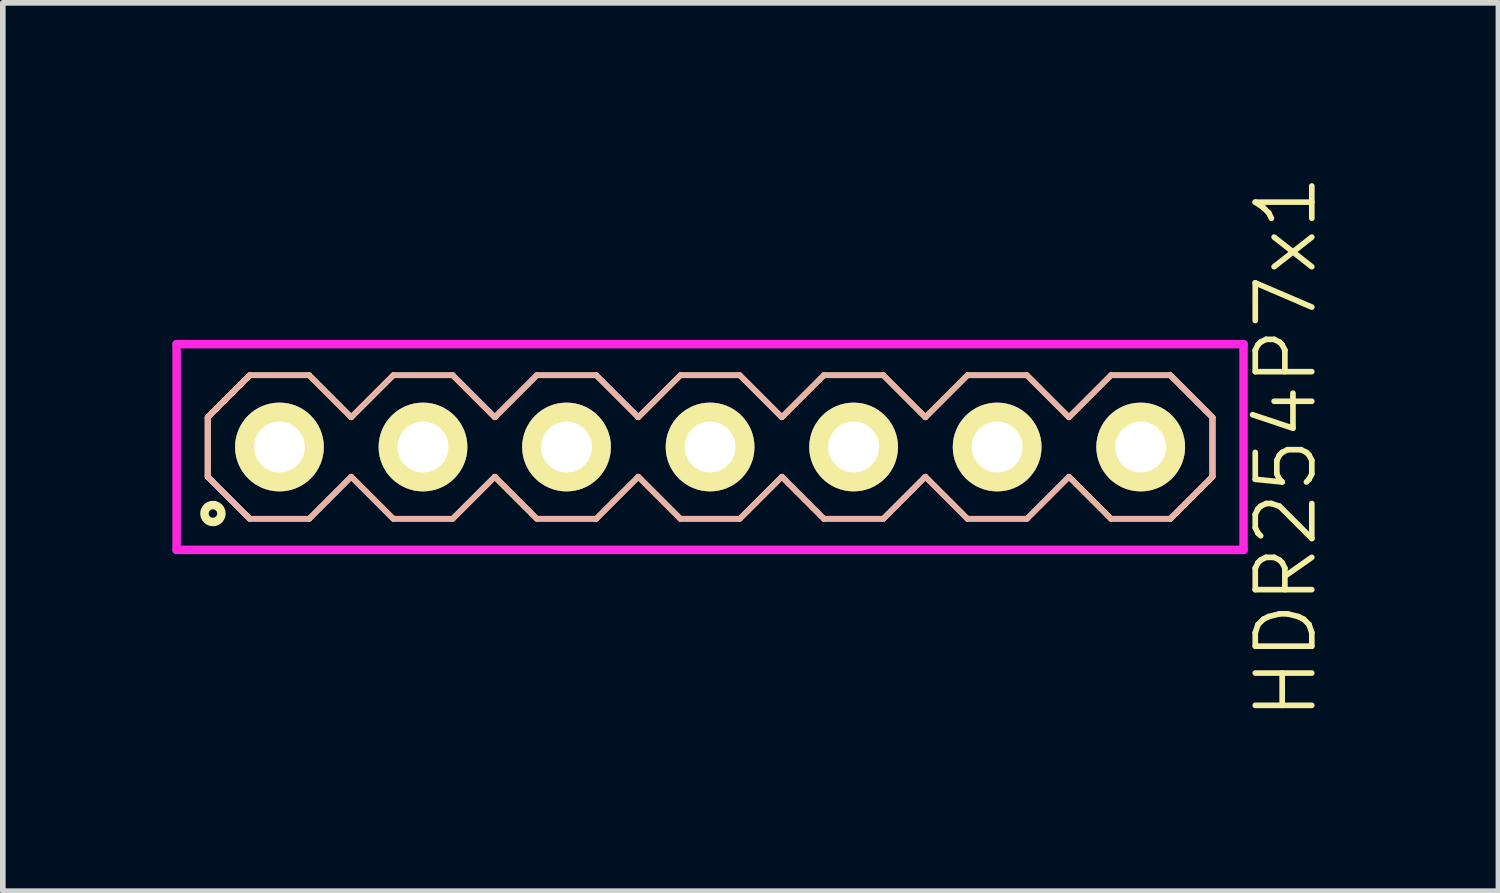
<source format=kicad_pcb>
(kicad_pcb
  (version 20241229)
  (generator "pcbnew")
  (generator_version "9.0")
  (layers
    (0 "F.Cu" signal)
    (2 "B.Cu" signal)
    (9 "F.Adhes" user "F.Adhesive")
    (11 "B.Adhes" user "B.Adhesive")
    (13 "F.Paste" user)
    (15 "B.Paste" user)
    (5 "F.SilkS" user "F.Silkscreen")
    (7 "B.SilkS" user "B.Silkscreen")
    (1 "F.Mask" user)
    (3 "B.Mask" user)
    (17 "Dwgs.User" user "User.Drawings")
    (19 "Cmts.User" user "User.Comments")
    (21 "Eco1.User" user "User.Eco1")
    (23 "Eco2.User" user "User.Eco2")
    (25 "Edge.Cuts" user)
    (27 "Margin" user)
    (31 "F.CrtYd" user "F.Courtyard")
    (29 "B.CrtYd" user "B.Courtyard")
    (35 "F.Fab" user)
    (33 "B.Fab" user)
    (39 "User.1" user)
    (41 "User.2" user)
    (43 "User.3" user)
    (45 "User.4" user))
  (footprint "HDR254P7x1"
    (layer "F.Cu")
    (at 9.515 4.86)
    (property "Reference" "HDR254P7x1" (at 10.19 0 90) (layer "F.SilkS") (effects (font (size 1 1) (thickness 0.1))))
    (attr through_hole)
    (fp_line (start -8.89 -0.526) (end -8.146 -1.27) (stroke (width 0.1) (type solid)) (layer "F.SilkS"))
    (fp_line (start -8.89 -0.526) (end -8.146 -1.27) (stroke (width 0.1) (type solid)) (layer "F.SilkS"))
    (fp_line (start -8.89 0.526) (end -8.89 -0.526) (stroke (width 0.1) (type solid)) (layer "F.SilkS"))
    (fp_line (start -8.89 0.526) (end -8.89 -0.526) (stroke (width 0.1) (type solid)) (layer "F.SilkS"))
    (fp_line (start -8.146 -1.27) (end -7.094 -1.27) (stroke (width 0.1) (type solid)) (layer "F.SilkS"))
    (fp_line (start -8.146 1.27) (end -8.89 0.526) (stroke (width 0.1) (type solid)) (layer "F.SilkS"))
    (fp_line (start -8.146 1.27) (end -8.89 0.526) (stroke (width 0.1) (type solid)) (layer "F.SilkS"))
    (fp_line (start -7.094 -1.27) (end -6.35 -0.526) (stroke (width 0.1) (type solid)) (layer "F.SilkS"))
    (fp_line (start -7.094 1.27) (end -8.146 1.27) (stroke (width 0.1) (type solid)) (layer "F.SilkS"))
    (fp_line (start -6.35 -0.526) (end -5.606 -1.27) (stroke (width 0.1) (type solid)) (layer "F.SilkS"))
    (fp_line (start -6.35 0.526) (end -7.094 1.27) (stroke (width 0.1) (type solid)) (layer "F.SilkS"))
    (fp_line (start -5.606 -1.27) (end -4.554 -1.27) (stroke (width 0.1) (type solid)) (layer "F.SilkS"))
    (fp_line (start -5.606 1.27) (end -6.35 0.526) (stroke (width 0.1) (type solid)) (layer "F.SilkS"))
    (fp_line (start -4.554 -1.27) (end -3.81 -0.526) (stroke (width 0.1) (type solid)) (layer "F.SilkS"))
    (fp_line (start -4.554 1.27) (end -5.606 1.27) (stroke (width 0.1) (type solid)) (layer "F.SilkS"))
    (fp_line (start -3.81 -0.526) (end -3.066 -1.27) (stroke (width 0.1) (type solid)) (layer "F.SilkS"))
    (fp_line (start -3.81 0.526) (end -4.554 1.27) (stroke (width 0.1) (type solid)) (layer "F.SilkS"))
    (fp_line (start -3.066 -1.27) (end -2.014 -1.27) (stroke (width 0.1) (type solid)) (layer "F.SilkS"))
    (fp_line (start -3.066 1.27) (end -3.81 0.526) (stroke (width 0.1) (type solid)) (layer "F.SilkS"))
    (fp_line (start -2.014 -1.27) (end -1.27 -0.526) (stroke (width 0.1) (type solid)) (layer "F.SilkS"))
    (fp_line (start -2.014 1.27) (end -3.066 1.27) (stroke (width 0.1) (type solid)) (layer "F.SilkS"))
    (fp_line (start -1.27 -0.526) (end -0.526 -1.27) (stroke (width 0.1) (type solid)) (layer "F.SilkS"))
    (fp_line (start -1.27 0.526) (end -2.014 1.27) (stroke (width 0.1) (type solid)) (layer "F.SilkS"))
    (fp_line (start -0.526 -1.27) (end 0.526 -1.27) (stroke (width 0.1) (type solid)) (layer "F.SilkS"))
    (fp_line (start -0.526 1.27) (end -1.27 0.526) (stroke (width 0.1) (type solid)) (layer "F.SilkS"))
    (fp_line (start 0.526 -1.27) (end 1.27 -0.526) (stroke (width 0.1) (type solid)) (layer "F.SilkS"))
    (fp_line (start 0.526 1.27) (end -0.526 1.27) (stroke (width 0.1) (type solid)) (layer "F.SilkS"))
    (fp_line (start 1.27 -0.526) (end 2.014 -1.27) (stroke (width 0.1) (type solid)) (layer "F.SilkS"))
    (fp_line (start 1.27 0.526) (end 0.526 1.27) (stroke (width 0.1) (type solid)) (layer "F.SilkS"))
    (fp_line (start 2.014 -1.27) (end 3.066 -1.27) (stroke (width 0.1) (type solid)) (layer "F.SilkS"))
    (fp_line (start 2.014 1.27) (end 1.27 0.526) (stroke (width 0.1) (type solid)) (layer "F.SilkS"))
    (fp_line (start 3.066 -1.27) (end 3.81 -0.526) (stroke (width 0.1) (type solid)) (layer "F.SilkS"))
    (fp_line (start 3.066 1.27) (end 2.014 1.27) (stroke (width 0.1) (type solid)) (layer "F.SilkS"))
    (fp_line (start 3.81 -0.526) (end 4.554 -1.27) (stroke (width 0.1) (type solid)) (layer "F.SilkS"))
    (fp_line (start 3.81 0.526) (end 3.066 1.27) (stroke (width 0.1) (type solid)) (layer "F.SilkS"))
    (fp_line (start 4.554 -1.27) (end 5.606 -1.27) (stroke (width 0.1) (type solid)) (layer "F.SilkS"))
    (fp_line (start 4.554 1.27) (end 3.81 0.526) (stroke (width 0.1) (type solid)) (layer "F.SilkS"))
    (fp_line (start 5.606 -1.27) (end 6.35 -0.526) (stroke (width 0.1) (type solid)) (layer "F.SilkS"))
    (fp_line (start 5.606 1.27) (end 4.554 1.27) (stroke (width 0.1) (type solid)) (layer "F.SilkS"))
    (fp_line (start 6.35 -0.526) (end 7.094 -1.27) (stroke (width 0.1) (type solid)) (layer "F.SilkS"))
    (fp_line (start 6.35 0.526) (end 5.606 1.27) (stroke (width 0.1) (type solid)) (layer "F.SilkS"))
    (fp_line (start 7.094 -1.27) (end 8.146 -1.27) (stroke (width 0.1) (type solid)) (layer "F.SilkS"))
    (fp_line (start 7.094 1.27) (end 6.35 0.526) (stroke (width 0.1) (type solid)) (layer "F.SilkS"))
    (fp_line (start 8.146 -1.27) (end 8.89 -0.526) (stroke (width 0.1) (type solid)) (layer "F.SilkS"))
    (fp_line (start 8.146 -1.27) (end 8.89 -0.526) (stroke (width 0.1) (type solid)) (layer "F.SilkS"))
    (fp_line (start 8.146 1.27) (end 7.094 1.27) (stroke (width 0.1) (type solid)) (layer "F.SilkS"))
    (fp_line (start 8.89 -0.526) (end 8.89 0.526) (stroke (width 0.1) (type solid)) (layer "F.SilkS"))
    (fp_line (start 8.89 -0.526) (end 8.89 0.526) (stroke (width 0.1) (type solid)) (layer "F.SilkS"))
    (fp_line (start 8.89 0.526) (end 8.146 1.27) (stroke (width 0.1) (type solid)) (layer "F.SilkS"))
    (fp_line (start 8.89 0.526) (end 8.146 1.27) (stroke (width 0.1) (type solid)) (layer "F.SilkS"))
    (fp_circle (center -8.797 1.177) (end -8.647 1.177) (stroke (width 0.15) (type solid)) (fill no) (layer "F.SilkS"))
    (fp_line (start -8.89 -0.526) (end -8.146 -1.27) (stroke (width 0.1) (type solid)) (layer "B.SilkS"))
    (fp_line (start -8.89 -0.526) (end -8.146 -1.27) (stroke (width 0.1) (type solid)) (layer "B.SilkS"))
    (fp_line (start -8.89 0.526) (end -8.89 -0.526) (stroke (width 0.1) (type solid)) (layer "B.SilkS"))
    (fp_line (start -8.89 0.526) (end -8.89 -0.526) (stroke (width 0.1) (type solid)) (layer "B.SilkS"))
    (fp_line (start -8.146 -1.27) (end -7.094 -1.27) (stroke (width 0.1) (type solid)) (layer "B.SilkS"))
    (fp_line (start -8.146 1.27) (end -8.89 0.526) (stroke (width 0.1) (type solid)) (layer "B.SilkS"))
    (fp_line (start -8.146 1.27) (end -8.89 0.526) (stroke (width 0.1) (type solid)) (layer "B.SilkS"))
    (fp_line (start -7.094 -1.27) (end -6.35 -0.526) (stroke (width 0.1) (type solid)) (layer "B.SilkS"))
    (fp_line (start -7.094 1.27) (end -8.146 1.27) (stroke (width 0.1) (type solid)) (layer "B.SilkS"))
    (fp_line (start -6.35 -0.526) (end -5.606 -1.27) (stroke (width 0.1) (type solid)) (layer "B.SilkS"))
    (fp_line (start -6.35 0.526) (end -7.094 1.27) (stroke (width 0.1) (type solid)) (layer "B.SilkS"))
    (fp_line (start -5.606 -1.27) (end -4.554 -1.27) (stroke (width 0.1) (type solid)) (layer "B.SilkS"))
    (fp_line (start -5.606 1.27) (end -6.35 0.526) (stroke (width 0.1) (type solid)) (layer "B.SilkS"))
    (fp_line (start -4.554 -1.27) (end -3.81 -0.526) (stroke (width 0.1) (type solid)) (layer "B.SilkS"))
    (fp_line (start -4.554 1.27) (end -5.606 1.27) (stroke (width 0.1) (type solid)) (layer "B.SilkS"))
    (fp_line (start -3.81 -0.526) (end -3.066 -1.27) (stroke (width 0.1) (type solid)) (layer "B.SilkS"))
    (fp_line (start -3.81 0.526) (end -4.554 1.27) (stroke (width 0.1) (type solid)) (layer "B.SilkS"))
    (fp_line (start -3.066 -1.27) (end -2.014 -1.27) (stroke (width 0.1) (type solid)) (layer "B.SilkS"))
    (fp_line (start -3.066 1.27) (end -3.81 0.526) (stroke (width 0.1) (type solid)) (layer "B.SilkS"))
    (fp_line (start -2.014 -1.27) (end -1.27 -0.526) (stroke (width 0.1) (type solid)) (layer "B.SilkS"))
    (fp_line (start -2.014 1.27) (end -3.066 1.27) (stroke (width 0.1) (type solid)) (layer "B.SilkS"))
    (fp_line (start -1.27 -0.526) (end -0.526 -1.27) (stroke (width 0.1) (type solid)) (layer "B.SilkS"))
    (fp_line (start -1.27 0.526) (end -2.014 1.27) (stroke (width 0.1) (type solid)) (layer "B.SilkS"))
    (fp_line (start -0.526 -1.27) (end 0.526 -1.27) (stroke (width 0.1) (type solid)) (layer "B.SilkS"))
    (fp_line (start -0.526 1.27) (end -1.27 0.526) (stroke (width 0.1) (type solid)) (layer "B.SilkS"))
    (fp_line (start 0.526 -1.27) (end 1.27 -0.526) (stroke (width 0.1) (type solid)) (layer "B.SilkS"))
    (fp_line (start 0.526 1.27) (end -0.526 1.27) (stroke (width 0.1) (type solid)) (layer "B.SilkS"))
    (fp_line (start 1.27 -0.526) (end 2.014 -1.27) (stroke (width 0.1) (type solid)) (layer "B.SilkS"))
    (fp_line (start 1.27 0.526) (end 0.526 1.27) (stroke (width 0.1) (type solid)) (layer "B.SilkS"))
    (fp_line (start 2.014 -1.27) (end 3.066 -1.27) (stroke (width 0.1) (type solid)) (layer "B.SilkS"))
    (fp_line (start 2.014 1.27) (end 1.27 0.526) (stroke (width 0.1) (type solid)) (layer "B.SilkS"))
    (fp_line (start 3.066 -1.27) (end 3.81 -0.526) (stroke (width 0.1) (type solid)) (layer "B.SilkS"))
    (fp_line (start 3.066 1.27) (end 2.014 1.27) (stroke (width 0.1) (type solid)) (layer "B.SilkS"))
    (fp_line (start 3.81 -0.526) (end 4.554 -1.27) (stroke (width 0.1) (type solid)) (layer "B.SilkS"))
    (fp_line (start 3.81 0.526) (end 3.066 1.27) (stroke (width 0.1) (type solid)) (layer "B.SilkS"))
    (fp_line (start 4.554 -1.27) (end 5.606 -1.27) (stroke (width 0.1) (type solid)) (layer "B.SilkS"))
    (fp_line (start 4.554 1.27) (end 3.81 0.526) (stroke (width 0.1) (type solid)) (layer "B.SilkS"))
    (fp_line (start 5.606 -1.27) (end 6.35 -0.526) (stroke (width 0.1) (type solid)) (layer "B.SilkS"))
    (fp_line (start 5.606 1.27) (end 4.554 1.27) (stroke (width 0.1) (type solid)) (layer "B.SilkS"))
    (fp_line (start 6.35 -0.526) (end 7.094 -1.27) (stroke (width 0.1) (type solid)) (layer "B.SilkS"))
    (fp_line (start 6.35 0.526) (end 5.606 1.27) (stroke (width 0.1) (type solid)) (layer "B.SilkS"))
    (fp_line (start 7.094 -1.27) (end 8.146 -1.27) (stroke (width 0.1) (type solid)) (layer "B.SilkS"))
    (fp_line (start 7.094 1.27) (end 6.35 0.526) (stroke (width 0.1) (type solid)) (layer "B.SilkS"))
    (fp_line (start 8.146 -1.27) (end 8.89 -0.526) (stroke (width 0.1) (type solid)) (layer "B.SilkS"))
    (fp_line (start 8.146 -1.27) (end 8.89 -0.526) (stroke (width 0.1) (type solid)) (layer "B.SilkS"))
    (fp_line (start 8.146 1.27) (end 7.094 1.27) (stroke (width 0.1) (type solid)) (layer "B.SilkS"))
    (fp_line (start 8.89 -0.526) (end 8.89 0.526) (stroke (width 0.1) (type solid)) (layer "B.SilkS"))
    (fp_line (start 8.89 -0.526) (end 8.89 0.526) (stroke (width 0.1) (type solid)) (layer "B.SilkS"))
    (fp_line (start 8.89 0.526) (end 8.146 1.27) (stroke (width 0.1) (type solid)) (layer "B.SilkS"))
    (fp_line (start 8.89 0.526) (end 8.146 1.27) (stroke (width 0.1) (type solid)) (layer "B.SilkS"))
    (fp_line (start -9.44 -1.82) (end -9.44 1.82) (stroke (width 0.15) (type solid)) (layer "F.CrtYd"))
    (fp_line (start -9.44 1.82) (end 9.44 1.82) (stroke (width 0.15) (type solid)) (layer "F.CrtYd"))
    (fp_line (start 9.44 -1.82) (end -9.44 -1.82) (stroke (width 0.15) (type solid)) (layer "F.CrtYd"))
    (fp_line (start 9.44 1.82) (end 9.44 -1.82) (stroke (width 0.15) (type solid)) (layer "F.CrtYd"))
    (pad "1" thru_hole oval (at -7.62 0) (size 1.57 1.57) (drill 0.9) (layers "*.Cu" "*.Mask" "F.SilkS"))
    (pad "2" thru_hole oval (at -5.08 0) (size 1.57 1.57) (drill 0.9) (layers "*.Cu" "*.Mask" "F.SilkS"))
    (pad "3" thru_hole oval (at -2.54 0) (size 1.57 1.57) (drill 0.9) (layers "*.Cu" "*.Mask" "F.SilkS"))
    (pad "4" thru_hole oval (at 0 0) (size 1.57 1.57) (drill 0.9) (layers "*.Cu" "*.Mask" "F.SilkS"))
    (pad "5" thru_hole oval (at 2.54 0) (size 1.57 1.57) (drill 0.9) (layers "*.Cu" "*.Mask" "F.SilkS"))
    (pad "6" thru_hole oval (at 5.08 0) (size 1.57 1.57) (drill 0.9) (layers "*.Cu" "*.Mask" "F.SilkS"))
    (pad "7" thru_hole oval (at 7.62 0) (size 1.57 1.57) (drill 0.9) (layers "*.Cu" "*.Mask" "F.SilkS")))
  (gr_rect
    (start -3 -3)
    (end 23.465 12.719)
    (stroke (width 0.1) (type default))
    (fill no)
    (layer "Edge.Cuts")))
</source>
